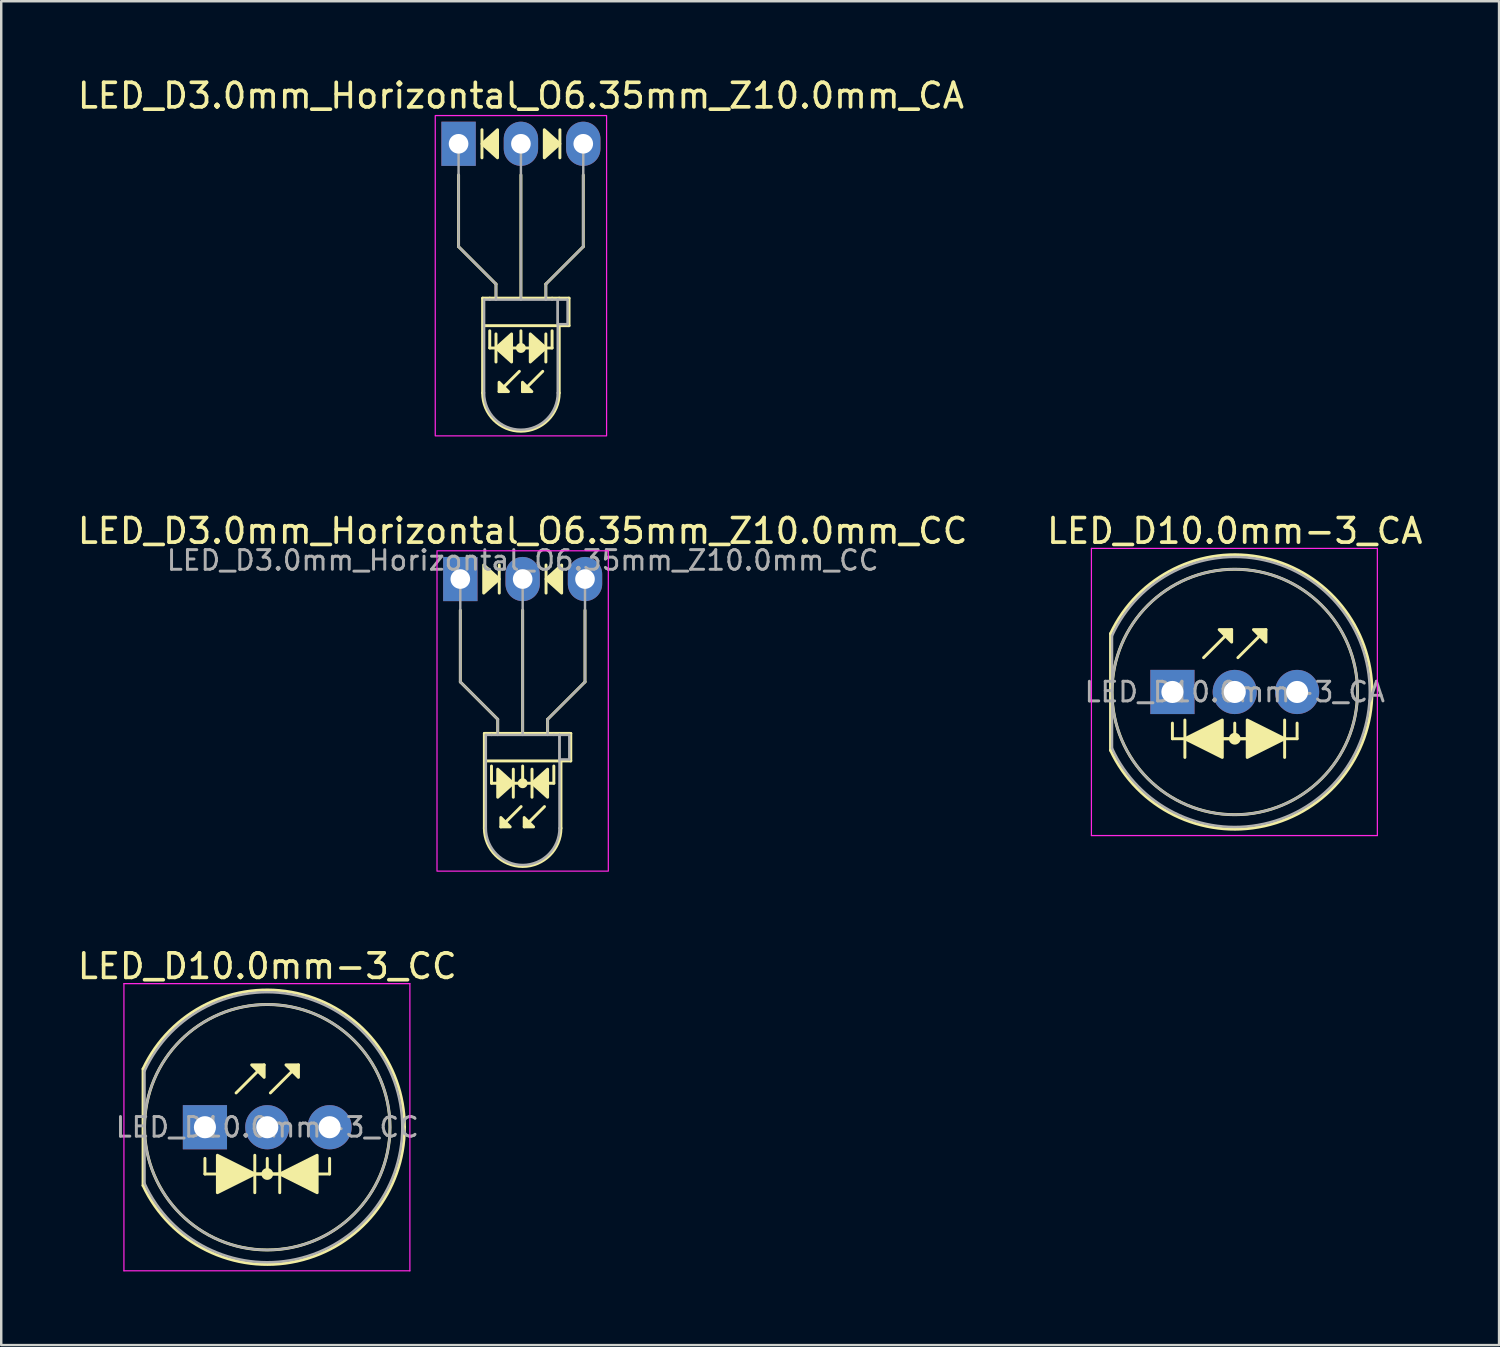
<source format=kicad_pcb>
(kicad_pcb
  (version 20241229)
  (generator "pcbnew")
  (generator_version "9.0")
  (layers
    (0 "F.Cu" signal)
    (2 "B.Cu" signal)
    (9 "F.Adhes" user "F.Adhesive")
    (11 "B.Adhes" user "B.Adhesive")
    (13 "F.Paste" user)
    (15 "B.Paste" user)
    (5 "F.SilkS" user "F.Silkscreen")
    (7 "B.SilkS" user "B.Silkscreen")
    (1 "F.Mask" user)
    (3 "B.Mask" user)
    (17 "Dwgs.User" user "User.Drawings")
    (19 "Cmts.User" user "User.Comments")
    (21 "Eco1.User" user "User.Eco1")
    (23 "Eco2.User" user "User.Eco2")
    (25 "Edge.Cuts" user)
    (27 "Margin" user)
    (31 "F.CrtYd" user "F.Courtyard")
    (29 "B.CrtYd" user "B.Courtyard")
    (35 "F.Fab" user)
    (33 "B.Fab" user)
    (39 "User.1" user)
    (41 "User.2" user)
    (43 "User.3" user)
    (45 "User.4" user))
  (footprint "LED_D10.0mm-3_CC"
    (layer "F.Cu")
    (at 5.299 42.875)
    (property "Reference" "LED_D10.0mm-3_CC" (at 2.54 -6.56 0) (layer "F.SilkS") (effects (font (size 1 1) (thickness 0.15))))
    (fp_line (start -2.52 -2.376) (end -2.52 2.376) (stroke (width 0.12) (type solid)) (layer "F.SilkS"))
    (fp_line (start 0 1.905) (end 0 1.27) (stroke (width 0.12) (type solid)) (layer "F.SilkS"))
    (fp_line (start 0.508 1.905) (end 0 1.905) (stroke (width 0.12) (type solid)) (layer "F.SilkS"))
    (fp_line (start 1.27 -1.397) (end 2.413 -2.54) (stroke (width 0.12) (type solid)) (layer "F.SilkS"))
    (fp_line (start 2.032 1.905) (end 3.048 1.905) (stroke (width 0.12) (type solid)) (layer "F.SilkS"))
    (fp_line (start 2.032 2.667) (end 2.032 1.143) (stroke (width 0.12) (type solid)) (layer "F.SilkS"))
    (fp_line (start 2.54 1.905) (end 2.54 1.27) (stroke (width 0.12) (type solid)) (layer "F.SilkS"))
    (fp_line (start 2.667 -1.397) (end 3.81 -2.54) (stroke (width 0.12) (type solid)) (layer "F.SilkS"))
    (fp_line (start 3.048 1.143) (end 3.048 2.667) (stroke (width 0.12) (type solid)) (layer "F.SilkS"))
    (fp_line (start 3.048 1.905) (end 2.032 1.905) (stroke (width 0.12) (type solid)) (layer "F.SilkS"))
    (fp_line (start 4.572 1.905) (end 5.08 1.905) (stroke (width 0.12) (type solid)) (layer "F.SilkS"))
    (fp_line (start 5.08 1.905) (end 5.08 1.27) (stroke (width 0.12) (type solid)) (layer "F.SilkS"))
    (fp_arc (start -2.52 -2.375816) (mid 3.754794 -5.456407) (end 8.129998 -0.004741) (stroke (width 0.12) (type solid)) (layer "F.SilkS"))
    (fp_arc (start 8.129998 0.004741) (mid 3.754794 5.456407) (end -2.52 2.375816) (stroke (width 0.12) (type solid)) (layer "F.SilkS"))
    (fp_circle (center 2.54 0) (end 7.54 0) (stroke (width 0.12) (type solid)) (fill no) (layer "F.SilkS"))
    (fp_circle (center 2.54 1.905) (end 2.72 1.905) (stroke (width 0.12) (type solid)) (fill yes) (layer "F.SilkS"))
    (fp_poly (pts (xy 0.508 1.143) (xy 2.032 1.905) (xy 0.508 2.667)) (stroke (width 0.12) (type solid)) (fill yes) (layer "F.SilkS"))
    (fp_poly (pts (xy 2.413 -2.032) (xy 1.905 -2.54) (xy 2.413 -2.54)) (stroke (width 0.12) (type solid)) (fill yes) (layer "F.SilkS"))
    (fp_poly (pts (xy 3.81 -2.032) (xy 3.302 -2.54) (xy 3.81 -2.54)) (stroke (width 0.12) (type solid)) (fill yes) (layer "F.SilkS"))
    (fp_poly (pts (xy 4.572 2.667) (xy 3.048 1.905) (xy 4.572 1.143)) (stroke (width 0.12) (type solid)) (fill yes) (layer "F.SilkS"))
    (fp_line (start -3.3 -5.85) (end -3.3 5.85) (stroke (width 0.05) (type solid)) (layer "F.CrtYd"))
    (fp_line (start -3.3 5.85) (end 8.35 5.85) (stroke (width 0.05) (type solid)) (layer "F.CrtYd"))
    (fp_line (start 8.35 -5.85) (end -3.3 -5.85) (stroke (width 0.05) (type solid)) (layer "F.CrtYd"))
    (fp_line (start 8.35 5.85) (end 8.35 -5.85) (stroke (width 0.05) (type solid)) (layer "F.CrtYd"))
    (fp_line (start -2.46 -2.291) (end -2.46 2.291) (stroke (width 0.1) (type solid)) (layer "F.Fab"))
    (fp_arc (start -2.46 -2.291288) (mid 8.04 0.001918) (end -2.461597 2.2878) (stroke (width 0.1) (type solid)) (layer "F.Fab"))
    (fp_circle (center 2.54 0) (end 7.54 0) (stroke (width 0.1) (type solid)) (fill no) (layer "F.Fab"))
    (fp_text user "${REFERENCE}" (at 2.54 0 0) (layer "F.Fab") (effects (font (size 0.8 0.8) (thickness 0.12))))
    (pad "1" thru_hole rect (at 0 0) (size 1.8 1.8) (drill 0.9) (layers "*.Cu" "*.Mask"))
    (pad "2" thru_hole circle (at 2.54 0) (size 1.8 1.8) (drill 0.9) (layers "*.Cu" "*.Mask"))
    (pad "3" thru_hole circle (at 5.08 0) (size 1.8 1.8) (drill 0.9) (layers "*.Cu" "*.Mask")))
  (footprint "LED_D3.0mm_Horizontal_O6.35mm_Z10.0mm_CC"
    (layer "F.Cu")
    (at 15.704 20.541)
    (property "Reference" "LED_D3.0mm_Horizontal_O6.35mm_Z10.0mm_CC" (at 2.54 -1.96 0) (layer "F.SilkS") (effects (font (size 1 1) (thickness 0.15))))
    (fp_line (start 0 1.27) (end 0 4.191) (stroke (width 0.12) (type default)) (layer "F.SilkS"))
    (fp_line (start 0 4.191) (end 1.524 5.715) (stroke (width 0.12) (type default)) (layer "F.SilkS"))
    (fp_line (start 0.98 6.29) (end 0.98 10.15) (stroke (width 0.12) (type solid)) (layer "F.SilkS"))
    (fp_line (start 0.98 6.29) (end 4.1 6.29) (stroke (width 0.12) (type solid)) (layer "F.SilkS"))
    (fp_line (start 1.27 6.29) (end 1.27 6.29) (stroke (width 0.12) (type solid)) (layer "F.SilkS"))
    (fp_line (start 1.27 8.319) (end 1.27 7.62) (stroke (width 0.12) (type default)) (layer "F.SilkS"))
    (fp_line (start 1.524 5.715) (end 1.524 6.223) (stroke (width 0.12) (type default)) (layer "F.SilkS"))
    (fp_line (start 1.587 0.572) (end 1.587 -0.572) (stroke (width 0.12) (type solid)) (layer "F.SilkS"))
    (fp_line (start 2.159 8.89) (end 2.159 7.747) (stroke (width 0.12) (type solid)) (layer "F.SilkS"))
    (fp_line (start 2.477 9.271) (end 1.651 10.097) (stroke (width 0.12) (type solid)) (layer "F.SilkS"))
    (fp_line (start 2.54 6.29) (end 2.54 1.27) (stroke (width 0.12) (type default)) (layer "F.SilkS"))
    (fp_line (start 2.54 8.319) (end 2.54 7.62) (stroke (width 0.12) (type default)) (layer "F.SilkS"))
    (fp_line (start 2.921 7.747) (end 2.921 8.89) (stroke (width 0.12) (type solid)) (layer "F.SilkS"))
    (fp_line (start 3.429 9.271) (end 2.603 10.097) (stroke (width 0.12) (type solid)) (layer "F.SilkS"))
    (fp_line (start 3.493 -0.572) (end 3.493 0.572) (stroke (width 0.12) (type solid)) (layer "F.SilkS"))
    (fp_line (start 3.556 5.715) (end 3.556 6.223) (stroke (width 0.12) (type default)) (layer "F.SilkS"))
    (fp_line (start 3.81 6.29) (end 3.81 6.29) (stroke (width 0.12) (type solid)) (layer "F.SilkS"))
    (fp_line (start 3.81 8.319) (end 1.27 8.319) (stroke (width 0.12) (type default)) (layer "F.SilkS"))
    (fp_line (start 3.81 8.319) (end 3.81 7.62) (stroke (width 0.12) (type default)) (layer "F.SilkS"))
    (fp_line (start 4.1 6.29) (end 4.5 6.29) (stroke (width 0.12) (type solid)) (layer "F.SilkS"))
    (fp_line (start 4.1 7.41) (end 4.1 10.15) (stroke (width 0.12) (type solid)) (layer "F.SilkS"))
    (fp_line (start 4.5 6.29) (end 4.5 7.41) (stroke (width 0.12) (type solid)) (layer "F.SilkS"))
    (fp_line (start 4.5 7.41) (end 1.016 7.41) (stroke (width 0.12) (type solid)) (layer "F.SilkS"))
    (fp_line (start 5.08 1.27) (end 5.08 4.191) (stroke (width 0.12) (type default)) (layer "F.SilkS"))
    (fp_line (start 5.08 4.191) (end 3.556 5.715) (stroke (width 0.12) (type default)) (layer "F.SilkS"))
    (fp_arc (start 4.1 10.15) (mid 2.54 11.71) (end 0.98 10.15) (stroke (width 0.12) (type solid)) (layer "F.SilkS"))
    (fp_circle (center 2.54 8.319) (end 2.682 8.319) (stroke (width 0.12) (type solid)) (fill yes) (layer "F.SilkS"))
    (fp_poly (pts (xy 0.953 -0.572) (xy 1.587 0) (xy 0.953 0.572)) (stroke (width 0.12) (type solid)) (fill yes) (layer "F.SilkS"))
    (fp_poly (pts (xy 1.524 7.747) (xy 2.159 8.319) (xy 1.524 8.89)) (stroke (width 0.12) (type solid)) (fill yes) (layer "F.SilkS"))
    (fp_poly (pts (xy 1.651 9.716) (xy 2.032 10.097) (xy 1.651 10.097)) (stroke (width 0.12) (type solid)) (fill yes) (layer "F.SilkS"))
    (fp_poly (pts (xy 2.603 9.716) (xy 2.985 10.097) (xy 2.603 10.097)) (stroke (width 0.12) (type solid)) (fill yes) (layer "F.SilkS"))
    (fp_poly (pts (xy 3.556 8.89) (xy 2.921 8.319) (xy 3.556 7.747)) (stroke (width 0.12) (type solid)) (fill yes) (layer "F.SilkS"))
    (fp_poly (pts (xy 4.128 0.572) (xy 3.493 0) (xy 4.128 -0.572)) (stroke (width 0.12) (type solid)) (fill yes) (layer "F.SilkS"))
    (fp_rect (start -0.95 -1.15) (end 6.03 11.9) (stroke (width 0.05) (type default)) (fill no) (layer "F.CrtYd"))
    (fp_line (start 0 0) (end 0 0) (stroke (width 0.1) (type solid)) (layer "F.Fab"))
    (fp_line (start 0 4.191) (end 0 0) (stroke (width 0.1) (type default)) (layer "F.Fab"))
    (fp_line (start 1.04 6.35) (end 1.04 10.15) (stroke (width 0.1) (type solid)) (layer "F.Fab"))
    (fp_line (start 1.04 6.35) (end 4.04 6.35) (stroke (width 0.1) (type solid)) (layer "F.Fab"))
    (fp_line (start 1.27 6.35) (end 1.27 6.35) (stroke (width 0.1) (type solid)) (layer "F.Fab"))
    (fp_line (start 1.524 5.715) (end 0 4.191) (stroke (width 0.1) (type default)) (layer "F.Fab"))
    (fp_line (start 1.524 6.35) (end 1.524 5.715) (stroke (width 0.1) (type default)) (layer "F.Fab"))
    (fp_line (start 2.54 0) (end 2.54 0) (stroke (width 0.1) (type solid)) (layer "F.Fab"))
    (fp_line (start 2.54 0) (end 2.54 6.35) (stroke (width 0.1) (type default)) (layer "F.Fab"))
    (fp_line (start 3.556 5.715) (end 5.08 4.191) (stroke (width 0.1) (type default)) (layer "F.Fab"))
    (fp_line (start 3.556 6.35) (end 3.556 5.715) (stroke (width 0.1) (type default)) (layer "F.Fab"))
    (fp_line (start 3.81 6.35) (end 3.81 6.35) (stroke (width 0.1) (type solid)) (layer "F.Fab"))
    (fp_line (start 4.04 6.35) (end 4.04 10.15) (stroke (width 0.1) (type solid)) (layer "F.Fab"))
    (fp_line (start 4.04 6.35) (end 4.44 6.35) (stroke (width 0.1) (type solid)) (layer "F.Fab"))
    (fp_line (start 4.04 7.35) (end 4.04 6.35) (stroke (width 0.1) (type solid)) (layer "F.Fab"))
    (fp_line (start 4.44 6.35) (end 4.44 7.35) (stroke (width 0.1) (type solid)) (layer "F.Fab"))
    (fp_line (start 4.44 7.35) (end 4.04 7.35) (stroke (width 0.1) (type solid)) (layer "F.Fab"))
    (fp_line (start 5.08 4.191) (end 5.08 0) (stroke (width 0.1) (type default)) (layer "F.Fab"))
    (fp_arc (start 4.04 10.15) (mid 2.54 11.65) (end 1.04 10.15) (stroke (width 0.1) (type solid)) (layer "F.Fab"))
    (fp_text user "${REFERENCE}" (at 2.54 -0.762 0) (layer "F.Fab") (effects (font (size 0.8 0.8) (thickness 0.12))))
    (pad "1" thru_hole rect (at 0 0) (size 1.4 1.8) (drill 0.8) (layers "*.Cu" "*.Mask"))
    (pad "2" thru_hole oval (at 2.54 0) (size 1.4 1.8) (drill 0.8) (layers "*.Cu" "*.Mask"))
    (pad "3" thru_hole oval (at 5.08 0) (size 1.4 1.8) (drill 0.8) (layers "*.Cu" "*.Mask")))
  (footprint "LED_D10.0mm-3_CA"
    (layer "F.Cu")
    (at 44.716 25.142)
    (property "Reference" "LED_D10.0mm-3_CA" (at 2.54 -6.56 0) (layer "F.SilkS") (effects (font (size 1 1) (thickness 0.15))))
    (fp_line (start -2.52 -2.376) (end -2.52 2.376) (stroke (width 0.12) (type solid)) (layer "F.SilkS"))
    (fp_line (start 0 1.905) (end 0 1.27) (stroke (width 0.12) (type solid)) (layer "F.SilkS"))
    (fp_line (start 0.508 1.143) (end 0.508 2.667) (stroke (width 0.12) (type solid)) (layer "F.SilkS"))
    (fp_line (start 0.508 1.905) (end 0 1.905) (stroke (width 0.12) (type solid)) (layer "F.SilkS"))
    (fp_line (start 1.27 -1.397) (end 2.413 -2.54) (stroke (width 0.12) (type solid)) (layer "F.SilkS"))
    (fp_line (start 2.032 1.905) (end 3.048 1.905) (stroke (width 0.12) (type solid)) (layer "F.SilkS"))
    (fp_line (start 2.54 1.905) (end 2.54 1.27) (stroke (width 0.12) (type solid)) (layer "F.SilkS"))
    (fp_line (start 2.667 -1.397) (end 3.81 -2.54) (stroke (width 0.12) (type solid)) (layer "F.SilkS"))
    (fp_line (start 3.048 1.905) (end 2.032 1.905) (stroke (width 0.12) (type solid)) (layer "F.SilkS"))
    (fp_line (start 4.572 1.905) (end 5.08 1.905) (stroke (width 0.12) (type solid)) (layer "F.SilkS"))
    (fp_line (start 4.572 2.667) (end 4.572 1.143) (stroke (width 0.12) (type solid)) (layer "F.SilkS"))
    (fp_line (start 5.08 1.905) (end 5.08 1.27) (stroke (width 0.12) (type solid)) (layer "F.SilkS"))
    (fp_arc (start -2.52 -2.375816) (mid 3.754794 -5.456407) (end 8.129998 -0.004741) (stroke (width 0.12) (type solid)) (layer "F.SilkS"))
    (fp_arc (start 8.129998 0.004741) (mid 3.754794 5.456407) (end -2.52 2.375816) (stroke (width 0.12) (type solid)) (layer "F.SilkS"))
    (fp_circle (center 2.54 0) (end 7.54 0) (stroke (width 0.12) (type solid)) (fill no) (layer "F.SilkS"))
    (fp_circle (center 2.54 1.905) (end 2.72 1.905) (stroke (width 0.12) (type solid)) (fill yes) (layer "F.SilkS"))
    (fp_poly (pts (xy 2.032 2.667) (xy 0.508 1.905) (xy 2.032 1.143)) (stroke (width 0.12) (type solid)) (fill yes) (layer "F.SilkS"))
    (fp_poly (pts (xy 2.413 -2.032) (xy 1.905 -2.54) (xy 2.413 -2.54)) (stroke (width 0.12) (type solid)) (fill yes) (layer "F.SilkS"))
    (fp_poly (pts (xy 3.048 1.143) (xy 4.572 1.905) (xy 3.048 2.667)) (stroke (width 0.12) (type solid)) (fill yes) (layer "F.SilkS"))
    (fp_poly (pts (xy 3.81 -2.032) (xy 3.302 -2.54) (xy 3.81 -2.54)) (stroke (width 0.12) (type solid)) (fill yes) (layer "F.SilkS"))
    (fp_line (start -3.3 -5.85) (end -3.3 5.85) (stroke (width 0.05) (type solid)) (layer "F.CrtYd"))
    (fp_line (start -3.3 5.85) (end 8.35 5.85) (stroke (width 0.05) (type solid)) (layer "F.CrtYd"))
    (fp_line (start 8.35 -5.85) (end -3.3 -5.85) (stroke (width 0.05) (type solid)) (layer "F.CrtYd"))
    (fp_line (start 8.35 5.85) (end 8.35 -5.85) (stroke (width 0.05) (type solid)) (layer "F.CrtYd"))
    (fp_line (start -2.46 -2.291) (end -2.46 2.291) (stroke (width 0.1) (type solid)) (layer "F.Fab"))
    (fp_arc (start -2.46 -2.291288) (mid 8.04 0.001918) (end -2.461597 2.2878) (stroke (width 0.1) (type solid)) (layer "F.Fab"))
    (fp_circle (center 2.54 0) (end 7.54 0) (stroke (width 0.1) (type solid)) (fill no) (layer "F.Fab"))
    (fp_text user "${REFERENCE}" (at 2.54 0 0) (layer "F.Fab") (effects (font (size 0.8 0.8) (thickness 0.12))))
    (pad "1" thru_hole rect (at 0 0) (size 1.8 1.8) (drill 0.9) (layers "*.Cu" "*.Mask"))
    (pad "2" thru_hole circle (at 2.54 0) (size 1.8 1.8) (drill 0.9) (layers "*.Cu" "*.Mask"))
    (pad "3" thru_hole circle (at 5.08 0) (size 1.8 1.8) (drill 0.9) (layers "*.Cu" "*.Mask")))
  (footprint "LED_D3.0mm_Horizontal_O6.35mm_Z10.0mm_CA"
    (layer "F.Cu")
    (at 15.633 2.808)
    (property "Reference" "LED_D3.0mm_Horizontal_O6.35mm_Z10.0mm_CA" (at 2.54 -1.96 0) (layer "F.SilkS") (effects (font (size 1 1) (thickness 0.15))))
    (fp_line (start 0 1.27) (end 0 4.191) (stroke (width 0.12) (type default)) (layer "F.SilkS"))
    (fp_line (start 0 4.191) (end 1.524 5.715) (stroke (width 0.12) (type default)) (layer "F.SilkS"))
    (fp_line (start 0.953 -0.572) (end 0.953 0.572) (stroke (width 0.12) (type solid)) (layer "F.SilkS"))
    (fp_line (start 0.98 6.29) (end 0.98 10.15) (stroke (width 0.12) (type solid)) (layer "F.SilkS"))
    (fp_line (start 0.98 6.29) (end 4.1 6.29) (stroke (width 0.12) (type solid)) (layer "F.SilkS"))
    (fp_line (start 1.27 6.29) (end 1.27 6.29) (stroke (width 0.12) (type solid)) (layer "F.SilkS"))
    (fp_line (start 1.27 8.319) (end 1.27 7.62) (stroke (width 0.12) (type default)) (layer "F.SilkS"))
    (fp_line (start 1.524 5.715) (end 1.524 6.223) (stroke (width 0.12) (type default)) (layer "F.SilkS"))
    (fp_line (start 1.524 7.747) (end 1.524 8.89) (stroke (width 0.12) (type solid)) (layer "F.SilkS"))
    (fp_line (start 2.477 9.271) (end 1.651 10.097) (stroke (width 0.12) (type solid)) (layer "F.SilkS"))
    (fp_line (start 2.54 6.29) (end 2.54 1.27) (stroke (width 0.12) (type default)) (layer "F.SilkS"))
    (fp_line (start 2.54 8.319) (end 2.54 7.62) (stroke (width 0.12) (type default)) (layer "F.SilkS"))
    (fp_line (start 3.429 9.271) (end 2.603 10.097) (stroke (width 0.12) (type solid)) (layer "F.SilkS"))
    (fp_line (start 3.556 5.715) (end 3.556 6.223) (stroke (width 0.12) (type default)) (layer "F.SilkS"))
    (fp_line (start 3.556 8.89) (end 3.556 7.747) (stroke (width 0.12) (type solid)) (layer "F.SilkS"))
    (fp_line (start 3.81 6.29) (end 3.81 6.29) (stroke (width 0.12) (type solid)) (layer "F.SilkS"))
    (fp_line (start 3.81 8.319) (end 1.27 8.319) (stroke (width 0.12) (type default)) (layer "F.SilkS"))
    (fp_line (start 3.81 8.319) (end 3.81 7.62) (stroke (width 0.12) (type default)) (layer "F.SilkS"))
    (fp_line (start 4.1 6.29) (end 4.5 6.29) (stroke (width 0.12) (type solid)) (layer "F.SilkS"))
    (fp_line (start 4.1 7.41) (end 4.1 10.15) (stroke (width 0.12) (type solid)) (layer "F.SilkS"))
    (fp_line (start 4.128 0.572) (end 4.128 -0.572) (stroke (width 0.12) (type solid)) (layer "F.SilkS"))
    (fp_line (start 4.5 6.29) (end 4.5 7.41) (stroke (width 0.12) (type solid)) (layer "F.SilkS"))
    (fp_line (start 4.5 7.41) (end 1.016 7.41) (stroke (width 0.12) (type solid)) (layer "F.SilkS"))
    (fp_line (start 5.08 1.27) (end 5.08 4.191) (stroke (width 0.12) (type default)) (layer "F.SilkS"))
    (fp_line (start 5.08 4.191) (end 3.556 5.715) (stroke (width 0.12) (type default)) (layer "F.SilkS"))
    (fp_arc (start 4.1 10.15) (mid 2.54 11.71) (end 0.98 10.15) (stroke (width 0.12) (type solid)) (layer "F.SilkS"))
    (fp_circle (center 2.54 8.319) (end 2.682 8.319) (stroke (width 0.12) (type solid)) (fill yes) (layer "F.SilkS"))
    (fp_poly (pts (xy 1.587 0.572) (xy 0.953 0) (xy 1.587 -0.572)) (stroke (width 0.12) (type solid)) (fill yes) (layer "F.SilkS"))
    (fp_poly (pts (xy 1.651 9.716) (xy 2.032 10.097) (xy 1.651 10.097)) (stroke (width 0.12) (type solid)) (fill yes) (layer "F.SilkS"))
    (fp_poly (pts (xy 2.159 8.89) (xy 1.524 8.319) (xy 2.159 7.747)) (stroke (width 0.12) (type solid)) (fill yes) (layer "F.SilkS"))
    (fp_poly (pts (xy 2.603 9.716) (xy 2.985 10.097) (xy 2.603 10.097)) (stroke (width 0.12) (type solid)) (fill yes) (layer "F.SilkS"))
    (fp_poly (pts (xy 2.921 7.747) (xy 3.556 8.319) (xy 2.921 8.89)) (stroke (width 0.12) (type solid)) (fill yes) (layer "F.SilkS"))
    (fp_poly (pts (xy 3.493 -0.572) (xy 4.128 0) (xy 3.493 0.572)) (stroke (width 0.12) (type solid)) (fill yes) (layer "F.SilkS"))
    (fp_rect (start -0.95 -1.15) (end 6.03 11.9) (stroke (width 0.05) (type default)) (fill no) (layer "F.CrtYd"))
    (fp_line (start 0 0) (end 0 0) (stroke (width 0.1) (type solid)) (layer "F.Fab"))
    (fp_line (start 0 4.191) (end 0 0) (stroke (width 0.1) (type default)) (layer "F.Fab"))
    (fp_line (start 1.04 6.35) (end 1.04 10.15) (stroke (width 0.1) (type solid)) (layer "F.Fab"))
    (fp_line (start 1.04 6.35) (end 4.04 6.35) (stroke (width 0.1) (type solid)) (layer "F.Fab"))
    (fp_line (start 1.27 6.35) (end 1.27 6.35) (stroke (width 0.1) (type solid)) (layer "F.Fab"))
    (fp_line (start 1.524 5.715) (end 0 4.191) (stroke (width 0.1) (type default)) (layer "F.Fab"))
    (fp_line (start 1.524 6.35) (end 1.524 5.715) (stroke (width 0.1) (type default)) (layer "F.Fab"))
    (fp_line (start 2.54 0) (end 2.54 0) (stroke (width 0.1) (type solid)) (layer "F.Fab"))
    (fp_line (start 2.54 0) (end 2.54 6.35) (stroke (width 0.1) (type default)) (layer "F.Fab"))
    (fp_line (start 3.556 5.715) (end 5.08 4.191) (stroke (width 0.1) (type default)) (layer "F.Fab"))
    (fp_line (start 3.556 6.35) (end 3.556 5.715) (stroke (width 0.1) (type default)) (layer "F.Fab"))
    (fp_line (start 3.81 6.35) (end 3.81 6.35) (stroke (width 0.1) (type solid)) (layer "F.Fab"))
    (fp_line (start 4.04 6.35) (end 4.04 10.15) (stroke (width 0.1) (type solid)) (layer "F.Fab"))
    (fp_line (start 4.04 6.35) (end 4.44 6.35) (stroke (width 0.1) (type solid)) (layer "F.Fab"))
    (fp_line (start 4.04 7.35) (end 4.04 6.35) (stroke (width 0.1) (type solid)) (layer "F.Fab"))
    (fp_line (start 4.44 6.35) (end 4.44 7.35) (stroke (width 0.1) (type solid)) (layer "F.Fab"))
    (fp_line (start 4.44 7.35) (end 4.04 7.35) (stroke (width 0.1) (type solid)) (layer "F.Fab"))
    (fp_line (start 5.08 4.191) (end 5.08 0) (stroke (width 0.1) (type default)) (layer "F.Fab"))
    (fp_arc (start 4.04 10.15) (mid 2.54 11.65) (end 1.04 10.15) (stroke (width 0.1) (type solid)) (layer "F.Fab"))
    (pad "1" thru_hole rect (at 0 0) (size 1.4 1.8) (drill 0.8) (layers "*.Cu" "*.Mask"))
    (pad "2" thru_hole oval (at 2.54 0) (size 1.4 1.8) (drill 0.8) (layers "*.Cu" "*.Mask"))
    (pad "3" thru_hole oval (at 5.08 0) (size 1.4 1.8) (drill 0.8) (layers "*.Cu" "*.Mask")))
  (gr_rect
    (start -3 -3)
    (end 58.024 51.75)
    (stroke (width 0.1) (type default))
    (fill no)
    (layer "Edge.Cuts")))
</source>
